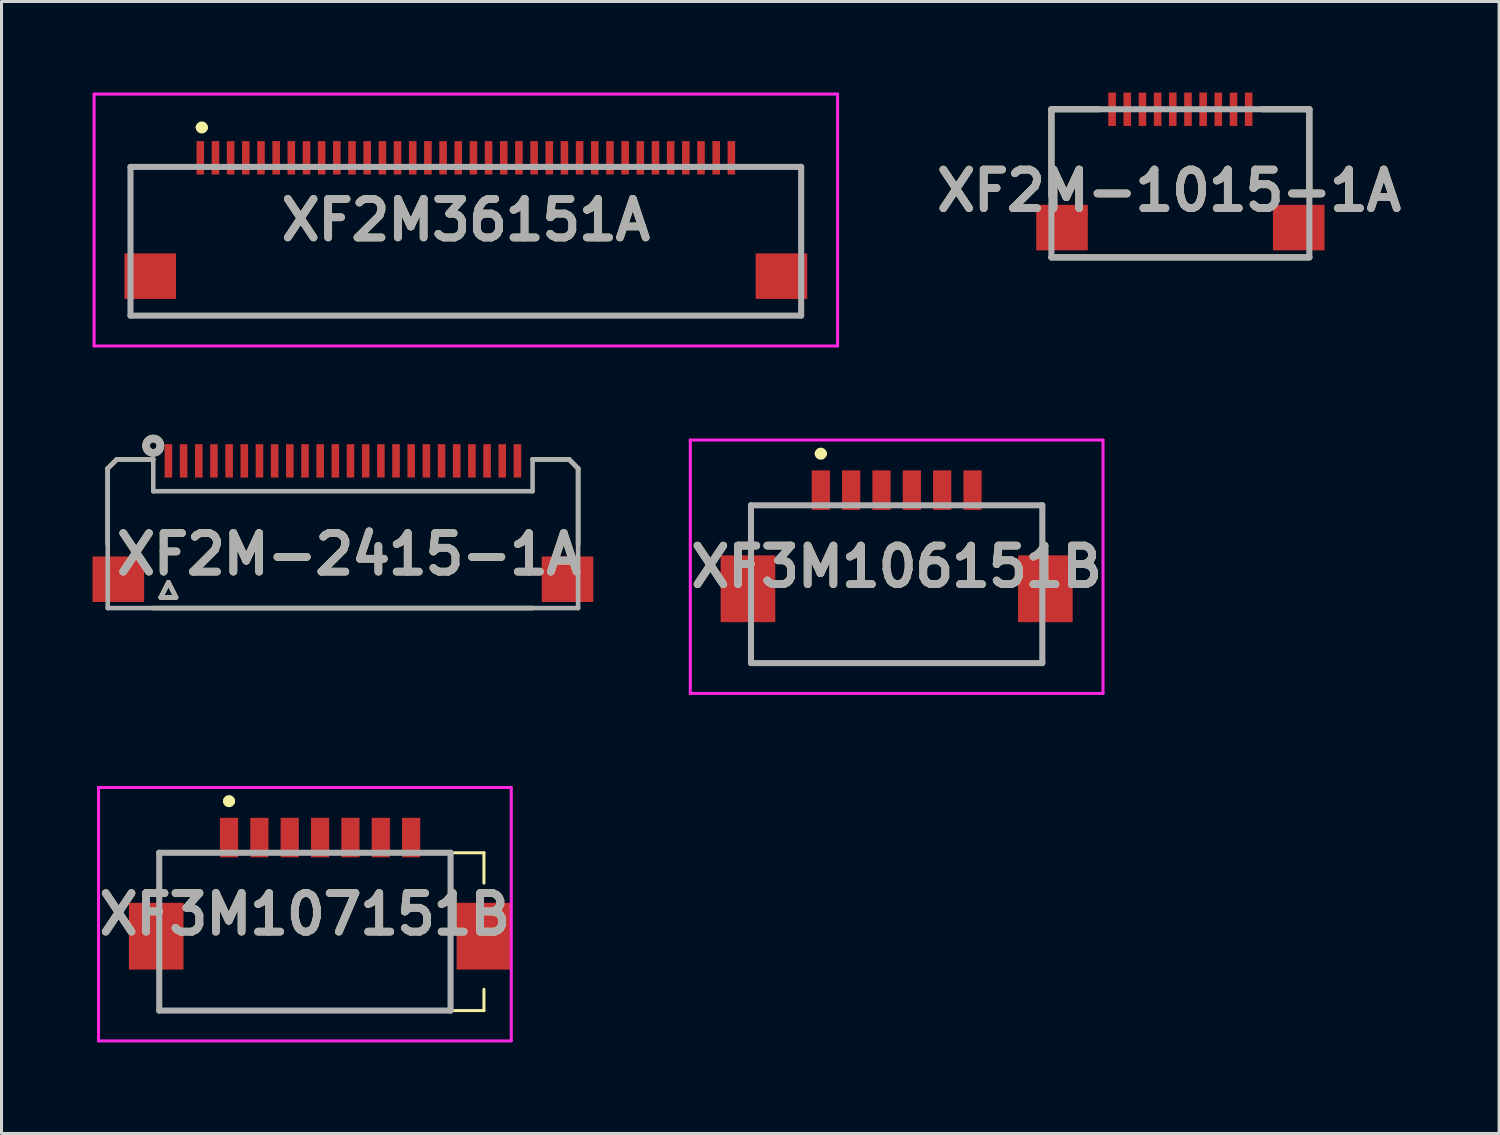
<source format=kicad_pcb>
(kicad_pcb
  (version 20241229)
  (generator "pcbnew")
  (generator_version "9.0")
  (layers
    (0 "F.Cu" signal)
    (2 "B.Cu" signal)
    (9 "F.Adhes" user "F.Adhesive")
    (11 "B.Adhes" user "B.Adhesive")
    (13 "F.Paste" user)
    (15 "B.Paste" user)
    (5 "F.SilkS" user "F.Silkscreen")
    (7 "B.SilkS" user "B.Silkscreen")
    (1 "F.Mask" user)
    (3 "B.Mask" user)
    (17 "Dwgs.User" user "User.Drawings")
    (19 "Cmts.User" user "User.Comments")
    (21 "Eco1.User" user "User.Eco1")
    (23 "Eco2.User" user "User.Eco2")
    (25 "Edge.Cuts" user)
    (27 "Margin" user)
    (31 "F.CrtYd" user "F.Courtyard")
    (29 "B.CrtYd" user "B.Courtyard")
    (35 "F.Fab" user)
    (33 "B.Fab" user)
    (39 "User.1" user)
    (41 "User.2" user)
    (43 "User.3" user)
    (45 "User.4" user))
  (footprint "XF2M-1015-1A"
    (layer "F.Cu")
    (at 35.846 0.55)
    (property "Reference" "XF2M-1015-1A" (at -0.372 2.684 0) (layer "F.SilkS") (effects (font (size 1.27 1.27) (thickness 0.254))))
    (attr smd)
    (fp_line (start -4.25 0) (end -4.25 2.85) (stroke (width 0.2) (type solid)) (layer "F.SilkS"))
    (fp_line (start -4.25 0) (end -2.7 0) (stroke (width 0.2) (type solid)) (layer "F.SilkS"))
    (fp_line (start -4.25 4.88) (end 4.25 4.88) (stroke (width 0.2) (type solid)) (layer "F.SilkS"))
    (fp_line (start 4.25 0) (end 2.7 0) (stroke (width 0.2) (type solid)) (layer "F.SilkS"))
    (fp_line (start 4.25 0) (end 4.25 2.85) (stroke (width 0.2) (type solid)) (layer "F.SilkS"))
    (fp_line (start -4.25 0) (end 4.25 0) (stroke (width 0.2) (type solid)) (layer "F.Fab"))
    (fp_line (start -4.25 4.88) (end -4.25 0) (stroke (width 0.2) (type solid)) (layer "F.Fab"))
    (fp_line (start 4.25 0) (end 4.25 4.88) (stroke (width 0.2) (type solid)) (layer "F.Fab"))
    (fp_line (start 4.25 4.88) (end -4.25 4.88) (stroke (width 0.2) (type solid)) (layer "F.Fab"))
    (fp_text user "${REFERENCE}" (at -0.372 2.684 0) (layer "F.Fab") (effects (font (size 1.27 1.27) (thickness 0.254))))
    (pad "1" smd rect (at -2.25 0) (size 0.25 1.1) (layers "F.Cu" "F.Mask" "F.Paste"))
    (pad "2" smd rect (at -1.75 0) (size 0.25 1.1) (layers "F.Cu" "F.Mask" "F.Paste"))
    (pad "3" smd rect (at -1.25 0) (size 0.25 1.1) (layers "F.Cu" "F.Mask" "F.Paste"))
    (pad "4" smd rect (at -0.75 0) (size 0.25 1.1) (layers "F.Cu" "F.Mask" "F.Paste"))
    (pad "5" smd rect (at -0.25 0) (size 0.25 1.1) (layers "F.Cu" "F.Mask" "F.Paste"))
    (pad "6" smd rect (at 0.25 0) (size 0.25 1.1) (layers "F.Cu" "F.Mask" "F.Paste"))
    (pad "7" smd rect (at 0.75 0) (size 0.25 1.1) (layers "F.Cu" "F.Mask" "F.Paste"))
    (pad "8" smd rect (at 1.25 0) (size 0.25 1.1) (layers "F.Cu" "F.Mask" "F.Paste"))
    (pad "9" smd rect (at 1.75 0) (size 0.25 1.1) (layers "F.Cu" "F.Mask" "F.Paste"))
    (pad "10" smd rect (at 2.25 0) (size 0.25 1.1) (layers "F.Cu" "F.Mask" "F.Paste"))
    (pad "11" smd rect (at -3.9 3.9 90) (size 1.5 1.7) (layers "F.Cu" "F.Mask" "F.Paste"))
    (pad "12" smd rect (at 3.9 3.9 90) (size 1.5 1.7) (layers "F.Cu" "F.Mask" "F.Paste")))
  (footprint "XF2M-2415-1A"
    (layer "F.Cu")
    (at 8.25 12.137)
    (property "Reference" "XF2M-2415-1A" (at 0.2 3.075 0) (layer "F.SilkS") (effects (font (size 1.27 1.27) (thickness 0.254))))
    (attr smd)
    (fp_line (start -7.75 0.25) (end -7.45 -0.05) (stroke (width 0.15) (type solid)) (layer "F.SilkS"))
    (fp_line (start -7.75 2.75) (end -7.75 0.25) (stroke (width 0.15) (type solid)) (layer "F.SilkS"))
    (fp_line (start -7.45 -0.05) (end -6.25 -0.05) (stroke (width 0.15) (type solid)) (layer "F.SilkS"))
    (fp_line (start -6.25 4.85) (end 6.25 4.85) (stroke (width 0.15) (type solid)) (layer "F.SilkS"))
    (fp_line (start -6 4.5) (end -5.75 4) (stroke (width 0.15) (type solid)) (layer "F.SilkS"))
    (fp_line (start -5.75 4) (end -5.5 4.5) (stroke (width 0.15) (type solid)) (layer "F.SilkS"))
    (fp_line (start -5.5 4.5) (end -6 4.5) (stroke (width 0.15) (type solid)) (layer "F.SilkS"))
    (fp_line (start 7.45 -0.05) (end 6.25 -0.05) (stroke (width 0.15) (type solid)) (layer "F.SilkS"))
    (fp_line (start 7.75 0.25) (end 7.45 -0.05) (stroke (width 0.15) (type solid)) (layer "F.SilkS"))
    (fp_line (start 7.75 2.75) (end 7.75 0.25) (stroke (width 0.15) (type solid)) (layer "F.SilkS"))
    (fp_circle (center -6.25 -0.5) (end -6.25 -0.388) (stroke (width 0.25) (type solid)) (fill no) (layer "F.SilkS"))
    (fp_line (start -7.75 0.25) (end -7.45 -0.05) (stroke (width 0.15) (type solid)) (layer "F.Fab"))
    (fp_line (start -7.75 4.85) (end -7.75 0.25) (stroke (width 0.15) (type solid)) (layer "F.Fab"))
    (fp_line (start -7.45 -0.05) (end -6.25 -0.05) (stroke (width 0.15) (type solid)) (layer "F.Fab"))
    (fp_line (start -6.25 -0.05) (end -6.25 1) (stroke (width 0.15) (type solid)) (layer "F.Fab"))
    (fp_line (start -6.25 1) (end 6.25 1) (stroke (width 0.15) (type solid)) (layer "F.Fab"))
    (fp_line (start -6 4.5) (end -5.75 4) (stroke (width 0.15) (type solid)) (layer "F.Fab"))
    (fp_line (start -5.75 4) (end -5.5 4.5) (stroke (width 0.15) (type solid)) (layer "F.Fab"))
    (fp_line (start -5.5 4.5) (end -6 4.5) (stroke (width 0.15) (type solid)) (layer "F.Fab"))
    (fp_line (start 6.25 -0.05) (end 7.45 -0.05) (stroke (width 0.15) (type solid)) (layer "F.Fab"))
    (fp_line (start 6.25 1) (end 6.25 -0.05) (stroke (width 0.15) (type solid)) (layer "F.Fab"))
    (fp_line (start 7.45 -0.05) (end 7.75 0.25) (stroke (width 0.15) (type solid)) (layer "F.Fab"))
    (fp_line (start 7.75 0.25) (end 7.75 4.85) (stroke (width 0.15) (type solid)) (layer "F.Fab"))
    (fp_line (start 7.75 4.85) (end -7.75 4.85) (stroke (width 0.15) (type solid)) (layer "F.Fab"))
    (fp_circle (center -6.25 -0.5) (end -6.25 -0.388) (stroke (width 0.25) (type solid)) (fill no) (layer "F.Fab"))
    (fp_text user "${REFERENCE}" (at 0.2 3.075 0) (layer "F.Fab") (effects (font (size 1.27 1.27) (thickness 0.254))))
    (pad "1" smd rect (at -5.75 0) (size 0.25 1.1) (layers "F.Cu" "F.Mask" "F.Paste"))
    (pad "2" smd rect (at -5.25 0) (size 0.25 1.1) (layers "F.Cu" "F.Mask" "F.Paste"))
    (pad "3" smd rect (at -4.75 0) (size 0.25 1.1) (layers "F.Cu" "F.Mask" "F.Paste"))
    (pad "4" smd rect (at -4.25 0) (size 0.25 1.1) (layers "F.Cu" "F.Mask" "F.Paste"))
    (pad "5" smd rect (at -3.75 0) (size 0.25 1.1) (layers "F.Cu" "F.Mask" "F.Paste"))
    (pad "6" smd rect (at -3.25 0) (size 0.25 1.1) (layers "F.Cu" "F.Mask" "F.Paste"))
    (pad "7" smd rect (at -2.75 0) (size 0.25 1.1) (layers "F.Cu" "F.Mask" "F.Paste"))
    (pad "8" smd rect (at -2.25 0) (size 0.25 1.1) (layers "F.Cu" "F.Mask" "F.Paste"))
    (pad "9" smd rect (at -1.75 0) (size 0.25 1.1) (layers "F.Cu" "F.Mask" "F.Paste"))
    (pad "10" smd rect (at -1.25 0) (size 0.25 1.1) (layers "F.Cu" "F.Mask" "F.Paste"))
    (pad "11" smd rect (at -0.75 0) (size 0.25 1.1) (layers "F.Cu" "F.Mask" "F.Paste"))
    (pad "12" smd rect (at -0.25 0) (size 0.25 1.1) (layers "F.Cu" "F.Mask" "F.Paste"))
    (pad "13" smd rect (at 0.25 0) (size 0.25 1.1) (layers "F.Cu" "F.Mask" "F.Paste"))
    (pad "14" smd rect (at 0.75 0) (size 0.25 1.1) (layers "F.Cu" "F.Mask" "F.Paste"))
    (pad "15" smd rect (at 1.25 0) (size 0.25 1.1) (layers "F.Cu" "F.Mask" "F.Paste"))
    (pad "16" smd rect (at 1.75 0) (size 0.25 1.1) (layers "F.Cu" "F.Mask" "F.Paste"))
    (pad "17" smd rect (at 2.25 0) (size 0.25 1.1) (layers "F.Cu" "F.Mask" "F.Paste"))
    (pad "18" smd rect (at 2.75 0) (size 0.25 1.1) (layers "F.Cu" "F.Mask" "F.Paste"))
    (pad "19" smd rect (at 3.25 0) (size 0.25 1.1) (layers "F.Cu" "F.Mask" "F.Paste"))
    (pad "20" smd rect (at 3.75 0) (size 0.25 1.1) (layers "F.Cu" "F.Mask" "F.Paste"))
    (pad "21" smd rect (at 4.25 0) (size 0.25 1.1) (layers "F.Cu" "F.Mask" "F.Paste"))
    (pad "22" smd rect (at 4.75 0) (size 0.25 1.1) (layers "F.Cu" "F.Mask" "F.Paste"))
    (pad "23" smd rect (at 5.25 0) (size 0.25 1.1) (layers "F.Cu" "F.Mask" "F.Paste"))
    (pad "24" smd rect (at 5.75 0) (size 0.25 1.1) (layers "F.Cu" "F.Mask" "F.Paste"))
    (pad "25" smd rect (at -7.4 3.9 90) (size 1.5 1.7) (layers "F.Cu" "F.Mask" "F.Paste"))
    (pad "26" smd rect (at 7.4 3.9 90) (size 1.5 1.7) (layers "F.Cu" "F.Mask" "F.Paste")))
  (footprint "XF2M36151A"
    (layer "F.Cu")
    (at 12.3 4.2)
    (property "Reference" "XF2M36151A" (at 0 0 0) (layer "F.SilkS") (effects (font (size 1.27 1.27) (thickness 0.254))))
    (attr smd)
    (fp_line (start -11.05 -1.75) (end -11.05 0.75) (stroke (width 0.1) (type solid)) (layer "F.SilkS"))
    (fp_line (start -11.05 3.15) (end -11 3.15) (stroke (width 0.1) (type solid)) (layer "F.SilkS"))
    (fp_line (start -11 -1.75) (end -11.05 -1.75) (stroke (width 0.1) (type solid)) (layer "F.SilkS"))
    (fp_line (start -11 -1.75) (end -11 -1.75) (stroke (width 0.1) (type solid)) (layer "F.SilkS"))
    (fp_line (start -11 3.15) (end 11.05 3.15) (stroke (width 0.1) (type solid)) (layer "F.SilkS"))
    (fp_line (start -9.5 -1.75) (end -11 -1.75) (stroke (width 0.1) (type solid)) (layer "F.SilkS"))
    (fp_line (start -8.8 -3.05) (end -8.8 -3.05) (stroke (width 0.2) (type solid)) (layer "F.SilkS"))
    (fp_line (start -8.6 -3.05) (end -8.6 -3.05) (stroke (width 0.2) (type solid)) (layer "F.SilkS"))
    (fp_line (start 9.5 -1.75) (end 11.05 -1.75) (stroke (width 0.1) (type solid)) (layer "F.SilkS"))
    (fp_line (start 11.05 -1.75) (end 11.05 0.75) (stroke (width 0.1) (type solid)) (layer "F.SilkS"))
    (fp_arc (start -8.8 -3.05) (mid -8.7 -3.15) (end -8.6 -3.05) (stroke (width 0.2) (type solid)) (layer "F.SilkS"))
    (fp_arc (start -8.6 -3.05) (mid -8.7 -2.95) (end -8.8 -3.05) (stroke (width 0.2) (type solid)) (layer "F.SilkS"))
    (fp_line (start -12.25 -4.15) (end 12.25 -4.15) (stroke (width 0.1) (type solid)) (layer "F.CrtYd"))
    (fp_line (start -12.25 4.15) (end -12.25 -4.15) (stroke (width 0.1) (type solid)) (layer "F.CrtYd"))
    (fp_line (start 12.25 -4.15) (end 12.25 4.15) (stroke (width 0.1) (type solid)) (layer "F.CrtYd"))
    (fp_line (start 12.25 4.15) (end -12.25 4.15) (stroke (width 0.1) (type solid)) (layer "F.CrtYd"))
    (fp_line (start -11.05 -1.75) (end 11.05 -1.75) (stroke (width 0.2) (type solid)) (layer "F.Fab"))
    (fp_line (start -11.05 3.15) (end -11.05 -1.75) (stroke (width 0.2) (type solid)) (layer "F.Fab"))
    (fp_line (start 11.05 -1.75) (end 11.05 3.15) (stroke (width 0.2) (type solid)) (layer "F.Fab"))
    (fp_line (start 11.05 3.15) (end -11.05 3.15) (stroke (width 0.2) (type solid)) (layer "F.Fab"))
    (fp_text user "${REFERENCE}" (at 0 0 0) (layer "F.Fab") (effects (font (size 1.27 1.27) (thickness 0.254))))
    (pad "1" smd rect (at -8.75 -2.05) (size 0.25 1.1) (layers "F.Cu" "F.Mask" "F.Paste"))
    (pad "2" smd rect (at -8.25 -2.05) (size 0.25 1.1) (layers "F.Cu" "F.Mask" "F.Paste"))
    (pad "3" smd rect (at -7.75 -2.05) (size 0.25 1.1) (layers "F.Cu" "F.Mask" "F.Paste"))
    (pad "4" smd rect (at -7.25 -2.05) (size 0.25 1.1) (layers "F.Cu" "F.Mask" "F.Paste"))
    (pad "5" smd rect (at -6.75 -2.05) (size 0.25 1.1) (layers "F.Cu" "F.Mask" "F.Paste"))
    (pad "6" smd rect (at -6.25 -2.05) (size 0.25 1.1) (layers "F.Cu" "F.Mask" "F.Paste"))
    (pad "7" smd rect (at -5.75 -2.05) (size 0.25 1.1) (layers "F.Cu" "F.Mask" "F.Paste"))
    (pad "8" smd rect (at -5.25 -2.05) (size 0.25 1.1) (layers "F.Cu" "F.Mask" "F.Paste"))
    (pad "9" smd rect (at -4.75 -2.05) (size 0.25 1.1) (layers "F.Cu" "F.Mask" "F.Paste"))
    (pad "10" smd rect (at -4.25 -2.05) (size 0.25 1.1) (layers "F.Cu" "F.Mask" "F.Paste"))
    (pad "11" smd rect (at -3.75 -2.05) (size 0.25 1.1) (layers "F.Cu" "F.Mask" "F.Paste"))
    (pad "12" smd rect (at -3.25 -2.05) (size 0.25 1.1) (layers "F.Cu" "F.Mask" "F.Paste"))
    (pad "13" smd rect (at -2.75 -2.05) (size 0.25 1.1) (layers "F.Cu" "F.Mask" "F.Paste"))
    (pad "14" smd rect (at -2.25 -2.05) (size 0.25 1.1) (layers "F.Cu" "F.Mask" "F.Paste"))
    (pad "15" smd rect (at -1.75 -2.05) (size 0.25 1.1) (layers "F.Cu" "F.Mask" "F.Paste"))
    (pad "16" smd rect (at -1.25 -2.05) (size 0.25 1.1) (layers "F.Cu" "F.Mask" "F.Paste"))
    (pad "17" smd rect (at -0.75 -2.05) (size 0.25 1.1) (layers "F.Cu" "F.Mask" "F.Paste"))
    (pad "18" smd rect (at -0.25 -2.05) (size 0.25 1.1) (layers "F.Cu" "F.Mask" "F.Paste"))
    (pad "19" smd rect (at 0.25 -2.05) (size 0.25 1.1) (layers "F.Cu" "F.Mask" "F.Paste"))
    (pad "20" smd rect (at 0.75 -2.05) (size 0.25 1.1) (layers "F.Cu" "F.Mask" "F.Paste"))
    (pad "21" smd rect (at 1.25 -2.05) (size 0.25 1.1) (layers "F.Cu" "F.Mask" "F.Paste"))
    (pad "22" smd rect (at 1.75 -2.05) (size 0.25 1.1) (layers "F.Cu" "F.Mask" "F.Paste"))
    (pad "23" smd rect (at 2.25 -2.05) (size 0.25 1.1) (layers "F.Cu" "F.Mask" "F.Paste"))
    (pad "24" smd rect (at 2.75 -2.05) (size 0.25 1.1) (layers "F.Cu" "F.Mask" "F.Paste"))
    (pad "25" smd rect (at 3.25 -2.05) (size 0.25 1.1) (layers "F.Cu" "F.Mask" "F.Paste"))
    (pad "26" smd rect (at 3.75 -2.05) (size 0.25 1.1) (layers "F.Cu" "F.Mask" "F.Paste"))
    (pad "27" smd rect (at 4.25 -2.05) (size 0.25 1.1) (layers "F.Cu" "F.Mask" "F.Paste"))
    (pad "28" smd rect (at 4.75 -2.05) (size 0.25 1.1) (layers "F.Cu" "F.Mask" "F.Paste"))
    (pad "29" smd rect (at 5.25 -2.05) (size 0.25 1.1) (layers "F.Cu" "F.Mask" "F.Paste"))
    (pad "30" smd rect (at 5.75 -2.05) (size 0.25 1.1) (layers "F.Cu" "F.Mask" "F.Paste"))
    (pad "31" smd rect (at 6.25 -2.05) (size 0.25 1.1) (layers "F.Cu" "F.Mask" "F.Paste"))
    (pad "32" smd rect (at 6.75 -2.05) (size 0.25 1.1) (layers "F.Cu" "F.Mask" "F.Paste"))
    (pad "33" smd rect (at 7.25 -2.05) (size 0.25 1.1) (layers "F.Cu" "F.Mask" "F.Paste"))
    (pad "34" smd rect (at 7.75 -2.05) (size 0.25 1.1) (layers "F.Cu" "F.Mask" "F.Paste"))
    (pad "35" smd rect (at 8.25 -2.05) (size 0.25 1.1) (layers "F.Cu" "F.Mask" "F.Paste"))
    (pad "36" smd rect (at 8.75 -2.05) (size 0.25 1.1) (layers "F.Cu" "F.Mask" "F.Paste"))
    (pad "37" smd rect (at -10.4 1.85 90) (size 1.5 1.7) (layers "F.Cu" "F.Mask" "F.Paste"))
    (pad "38" smd rect (at 10.4 1.85 90) (size 1.5 1.7) (layers "F.Cu" "F.Mask" "F.Paste")))
  (footprint "XF3M106151B"
    (layer "F.Cu")
    (at 26.497 13.6)
    (property "Reference" "XF3M106151B" (at 0 2.025 0) (layer "F.SilkS") (effects (font (size 1.27 1.27) (thickness 0.254))))
    (attr smd)
    (fp_line (start -4.8 0) (end -3.5 0) (stroke (width 0.1) (type solid)) (layer "F.SilkS"))
    (fp_line (start -4.8 1) (end -4.8 0) (stroke (width 0.1) (type solid)) (layer "F.SilkS"))
    (fp_line (start -4.8 4.5) (end -4.8 5) (stroke (width 0.1) (type solid)) (layer "F.SilkS"))
    (fp_line (start -4.8 5) (end -4.8 5.2) (stroke (width 0.1) (type solid)) (layer "F.SilkS"))
    (fp_line (start -4.8 5.2) (end 4.8 5.2) (stroke (width 0.1) (type solid)) (layer "F.SilkS"))
    (fp_line (start -2.6 -1.7) (end -2.6 -1.7) (stroke (width 0.2) (type solid)) (layer "F.SilkS"))
    (fp_line (start -2.4 -1.7) (end -2.4 -1.7) (stroke (width 0.2) (type solid)) (layer "F.SilkS"))
    (fp_line (start 4.8 0) (end 3.5 0) (stroke (width 0.1) (type solid)) (layer "F.SilkS"))
    (fp_line (start 4.8 1) (end 4.8 0) (stroke (width 0.1) (type solid)) (layer "F.SilkS"))
    (fp_line (start 4.8 5.2) (end 4.8 4.5) (stroke (width 0.1) (type solid)) (layer "F.SilkS"))
    (fp_arc (start -2.6 -1.7) (mid -2.5 -1.8) (end -2.4 -1.7) (stroke (width 0.2) (type solid)) (layer "F.SilkS"))
    (fp_arc (start -2.4 -1.7) (mid -2.5 -1.6) (end -2.6 -1.7) (stroke (width 0.2) (type solid)) (layer "F.SilkS"))
    (fp_line (start -6.8 -2.15) (end 6.8 -2.15) (stroke (width 0.1) (type solid)) (layer "F.CrtYd"))
    (fp_line (start -6.8 6.2) (end -6.8 -2.15) (stroke (width 0.1) (type solid)) (layer "F.CrtYd"))
    (fp_line (start 6.8 -2.15) (end 6.8 6.2) (stroke (width 0.1) (type solid)) (layer "F.CrtYd"))
    (fp_line (start 6.8 6.2) (end -6.8 6.2) (stroke (width 0.1) (type solid)) (layer "F.CrtYd"))
    (fp_line (start -4.8 0) (end 4.8 0) (stroke (width 0.2) (type solid)) (layer "F.Fab"))
    (fp_line (start -4.8 5.2) (end -4.8 0) (stroke (width 0.2) (type solid)) (layer "F.Fab"))
    (fp_line (start 4.8 0) (end 4.8 5.2) (stroke (width 0.2) (type solid)) (layer "F.Fab"))
    (fp_line (start 4.8 5.2) (end -4.8 5.2) (stroke (width 0.2) (type solid)) (layer "F.Fab"))
    (fp_text user "${REFERENCE}" (at 0 2.025 0) (layer "F.Fab") (effects (font (size 1.27 1.27) (thickness 0.254))))
    (pad "1" smd rect (at -2.5 -0.5) (size 0.6 1.3) (layers "F.Cu" "F.Mask" "F.Paste"))
    (pad "2" smd rect (at -1.5 -0.5) (size 0.6 1.3) (layers "F.Cu" "F.Mask" "F.Paste"))
    (pad "3" smd rect (at -0.5 -0.5) (size 0.6 1.3) (layers "F.Cu" "F.Mask" "F.Paste"))
    (pad "4" smd rect (at 0.5 -0.5) (size 0.6 1.3) (layers "F.Cu" "F.Mask" "F.Paste"))
    (pad "5" smd rect (at 1.5 -0.5) (size 0.6 1.3) (layers "F.Cu" "F.Mask" "F.Paste"))
    (pad "6" smd rect (at 2.5 -0.5) (size 0.6 1.3) (layers "F.Cu" "F.Mask" "F.Paste"))
    (pad "MP1" smd rect (at -4.9 2.75) (size 1.8 2.2) (layers "F.Cu" "F.Mask" "F.Paste"))
    (pad "MP2" smd rect (at 4.9 2.75) (size 1.8 2.2) (layers "F.Cu" "F.Mask" "F.Paste")))
  (footprint "XF3M107151B"
    (layer "F.Cu")
    (at 6.997 25.05)
    (property "Reference" "XF3M107151B" (at 0 2.025 0) (layer "F.SilkS") (effects (font (size 1.27 1.27) (thickness 0.254))))
    (attr smd)
    (fp_line (start -4.8 0) (end -3.5 0) (stroke (width 0.1) (type solid)) (layer "F.SilkS"))
    (fp_line (start -4.8 1) (end -4.8 0) (stroke (width 0.1) (type solid)) (layer "F.SilkS"))
    (fp_line (start -4.8 4.5) (end -4.8 5) (stroke (width 0.1) (type solid)) (layer "F.SilkS"))
    (fp_line (start -4.8 5) (end -4.8 5.2) (stroke (width 0.1) (type solid)) (layer "F.SilkS"))
    (fp_line (start -4.8 5.2) (end 5.9 5.2) (stroke (width 0.1) (type solid)) (layer "F.SilkS"))
    (fp_line (start -2.6 -1.7) (end -2.6 -1.7) (stroke (width 0.2) (type solid)) (layer "F.SilkS"))
    (fp_line (start -2.4 -1.7) (end -2.4 -1.7) (stroke (width 0.2) (type solid)) (layer "F.SilkS"))
    (fp_line (start 5.9 0) (end 3.5 0) (stroke (width 0.1) (type solid)) (layer "F.SilkS"))
    (fp_line (start 5.9 1) (end 5.9 0) (stroke (width 0.1) (type solid)) (layer "F.SilkS"))
    (fp_line (start 5.9 5.2) (end 5.9 4.5) (stroke (width 0.1) (type solid)) (layer "F.SilkS"))
    (fp_arc (start -2.6 -1.7) (mid -2.5 -1.8) (end -2.4 -1.7) (stroke (width 0.2) (type solid)) (layer "F.SilkS"))
    (fp_arc (start -2.4 -1.7) (mid -2.5 -1.6) (end -2.6 -1.7) (stroke (width 0.2) (type solid)) (layer "F.SilkS"))
    (fp_line (start -6.8 -2.15) (end 6.8 -2.15) (stroke (width 0.1) (type solid)) (layer "F.CrtYd"))
    (fp_line (start -6.8 6.2) (end -6.8 -2.15) (stroke (width 0.1) (type solid)) (layer "F.CrtYd"))
    (fp_line (start 6.8 -2.15) (end 6.8 6.2) (stroke (width 0.1) (type solid)) (layer "F.CrtYd"))
    (fp_line (start 6.8 6.2) (end -6.8 6.2) (stroke (width 0.1) (type solid)) (layer "F.CrtYd"))
    (fp_line (start -4.8 0) (end 4.8 0) (stroke (width 0.2) (type solid)) (layer "F.Fab"))
    (fp_line (start -4.8 5.2) (end -4.8 0) (stroke (width 0.2) (type solid)) (layer "F.Fab"))
    (fp_line (start 4.8 0) (end 4.8 5.2) (stroke (width 0.2) (type solid)) (layer "F.Fab"))
    (fp_line (start 4.8 5.2) (end -4.8 5.2) (stroke (width 0.2) (type solid)) (layer "F.Fab"))
    (fp_text user "${REFERENCE}" (at 0 2.025 0) (layer "F.Fab") (effects (font (size 1.27 1.27) (thickness 0.254))))
    (pad "1" smd rect (at -2.5 -0.5) (size 0.6 1.3) (layers "F.Cu" "F.Mask" "F.Paste"))
    (pad "2" smd rect (at -1.5 -0.5) (size 0.6 1.3) (layers "F.Cu" "F.Mask" "F.Paste"))
    (pad "3" smd rect (at -0.5 -0.5) (size 0.6 1.3) (layers "F.Cu" "F.Mask" "F.Paste"))
    (pad "4" smd rect (at 0.5 -0.5) (size 0.6 1.3) (layers "F.Cu" "F.Mask" "F.Paste"))
    (pad "5" smd rect (at 1.5 -0.5) (size 0.6 1.3) (layers "F.Cu" "F.Mask" "F.Paste"))
    (pad "6" smd rect (at 2.5 -0.5) (size 0.6 1.3) (layers "F.Cu" "F.Mask" "F.Paste"))
    (pad "7" smd rect (at 3.5 -0.5) (size 0.6 1.3) (layers "F.Cu" "F.Mask" "F.Paste"))
    (pad "MP1" smd rect (at -4.9 2.75) (size 1.8 2.2) (layers "F.Cu" "F.Mask" "F.Paste"))
    (pad "MP2" smd rect (at 5.9 2.75) (size 1.8 2.2) (layers "F.Cu" "F.Mask" "F.Paste")))
  (gr_rect
    (start -3 -3)
    (end 46.348 34.3)
    (stroke (width 0.1) (type default))
    (fill no)
    (layer "Edge.Cuts")))
</source>
